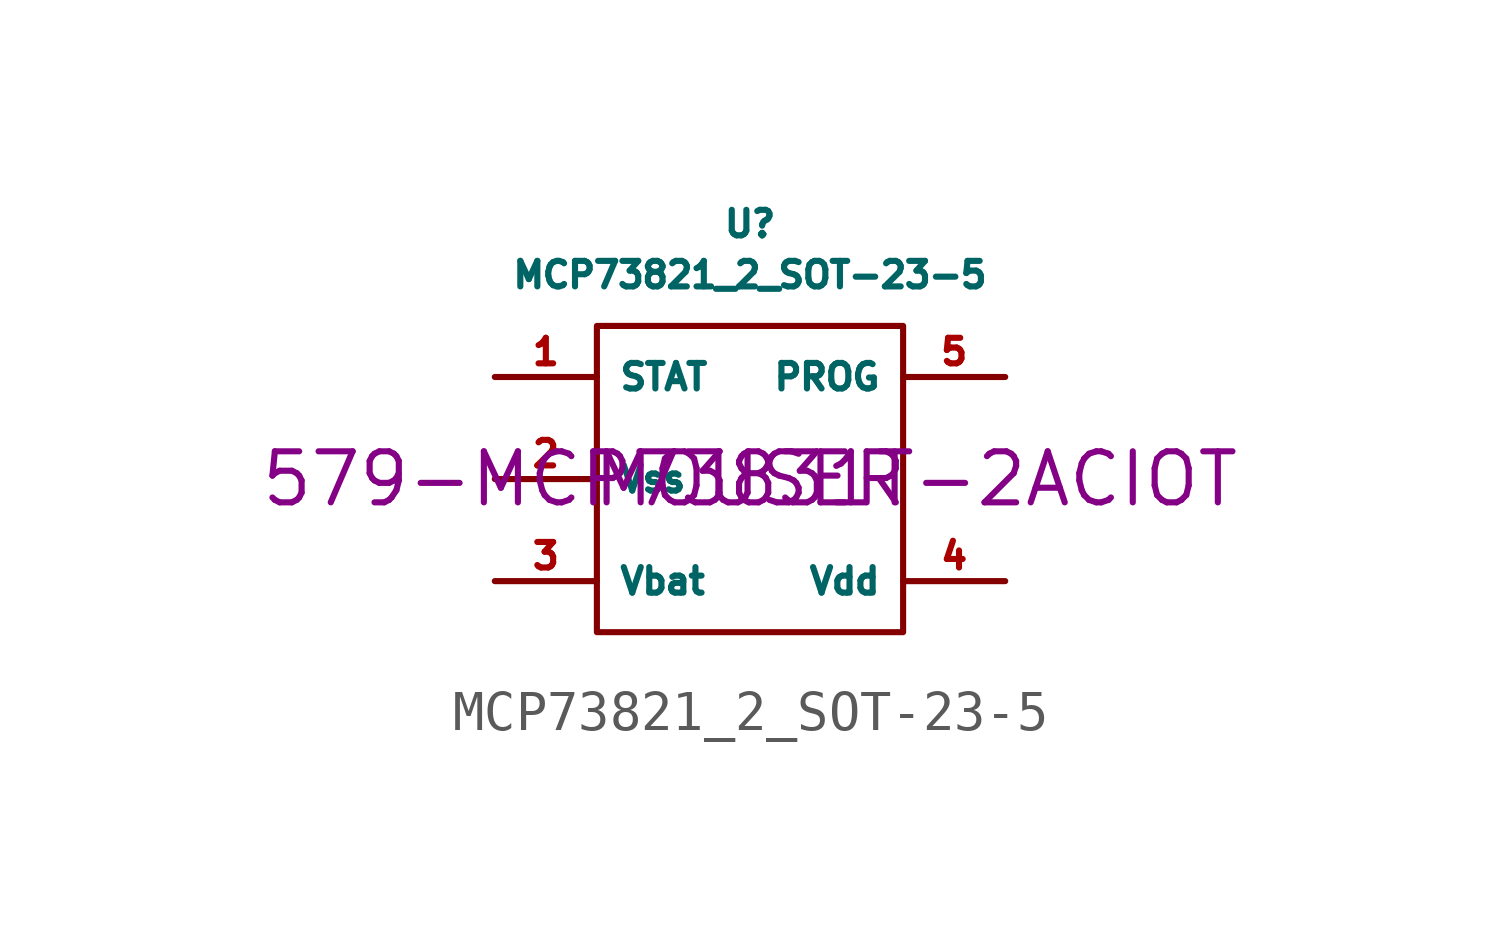
<source format=kicad_sym>
(kicad_symbol_lib
  (version 20211014)
  (generator kicad_symbol_editor)
  (symbol "MCP73821_2_SOT-23-5"
    (property "Reference" "U"
      (at 0 6.35 0)
      (effects (font (size 0.635 0.635))))
    (property "Value" "MCP73821_2_SOT-23-5"
      (at 0 5.08 0)
      (effects (font (size 0.635 0.635))))
    (property "Vendor" "MOUSER"
      (at 0 0 0)
      (effects (font (size 1.27 1.27))))
    (property "SKU" "579-MCP73831T-2ACIOT"
      (at 0 0 0)
      (effects (font (size 1.27 1.27))))
    (symbol "MCP73821_2_SOT-23-5_0_1"
      (rectangle (start -3.81 3.81) (end 3.81 -3.81) (stroke (width 0.152) (type default) (color 0 0 0 0)) (fill (type none))))
    (symbol "MCP73821_2_SOT-23-5_1_1"
      (pin output line (at -6.35 2.54 0) (length 2.54) (name "STAT" (effects (font (size 0.635 0.635)))) (number "1" (effects (font (size 0.635 0.635)))))
      (pin power_in line (at -6.35 0 0) (length 2.54) (name "Vss" (effects (font (size 0.635 0.635)))) (number "2" (effects (font (size 0.635 0.635)))))
      (pin power_out line (at -6.35 -2.54 0) (length 2.54) (name "Vbat" (effects (font (size 0.635 0.635)))) (number "3" (effects (font (size 0.635 0.635)))))
      (pin power_in line (at 6.35 -2.54 180) (length 2.54) (name "Vdd" (effects (font (size 0.635 0.635)))) (number "4" (effects (font (size 0.635 0.635)))))
      (pin input line (at 6.35 2.54 180) (length 2.54) (name "PROG" (effects (font (size 0.635 0.635)))) (number "5" (effects (font (size 0.635 0.635))))))))
</source>
